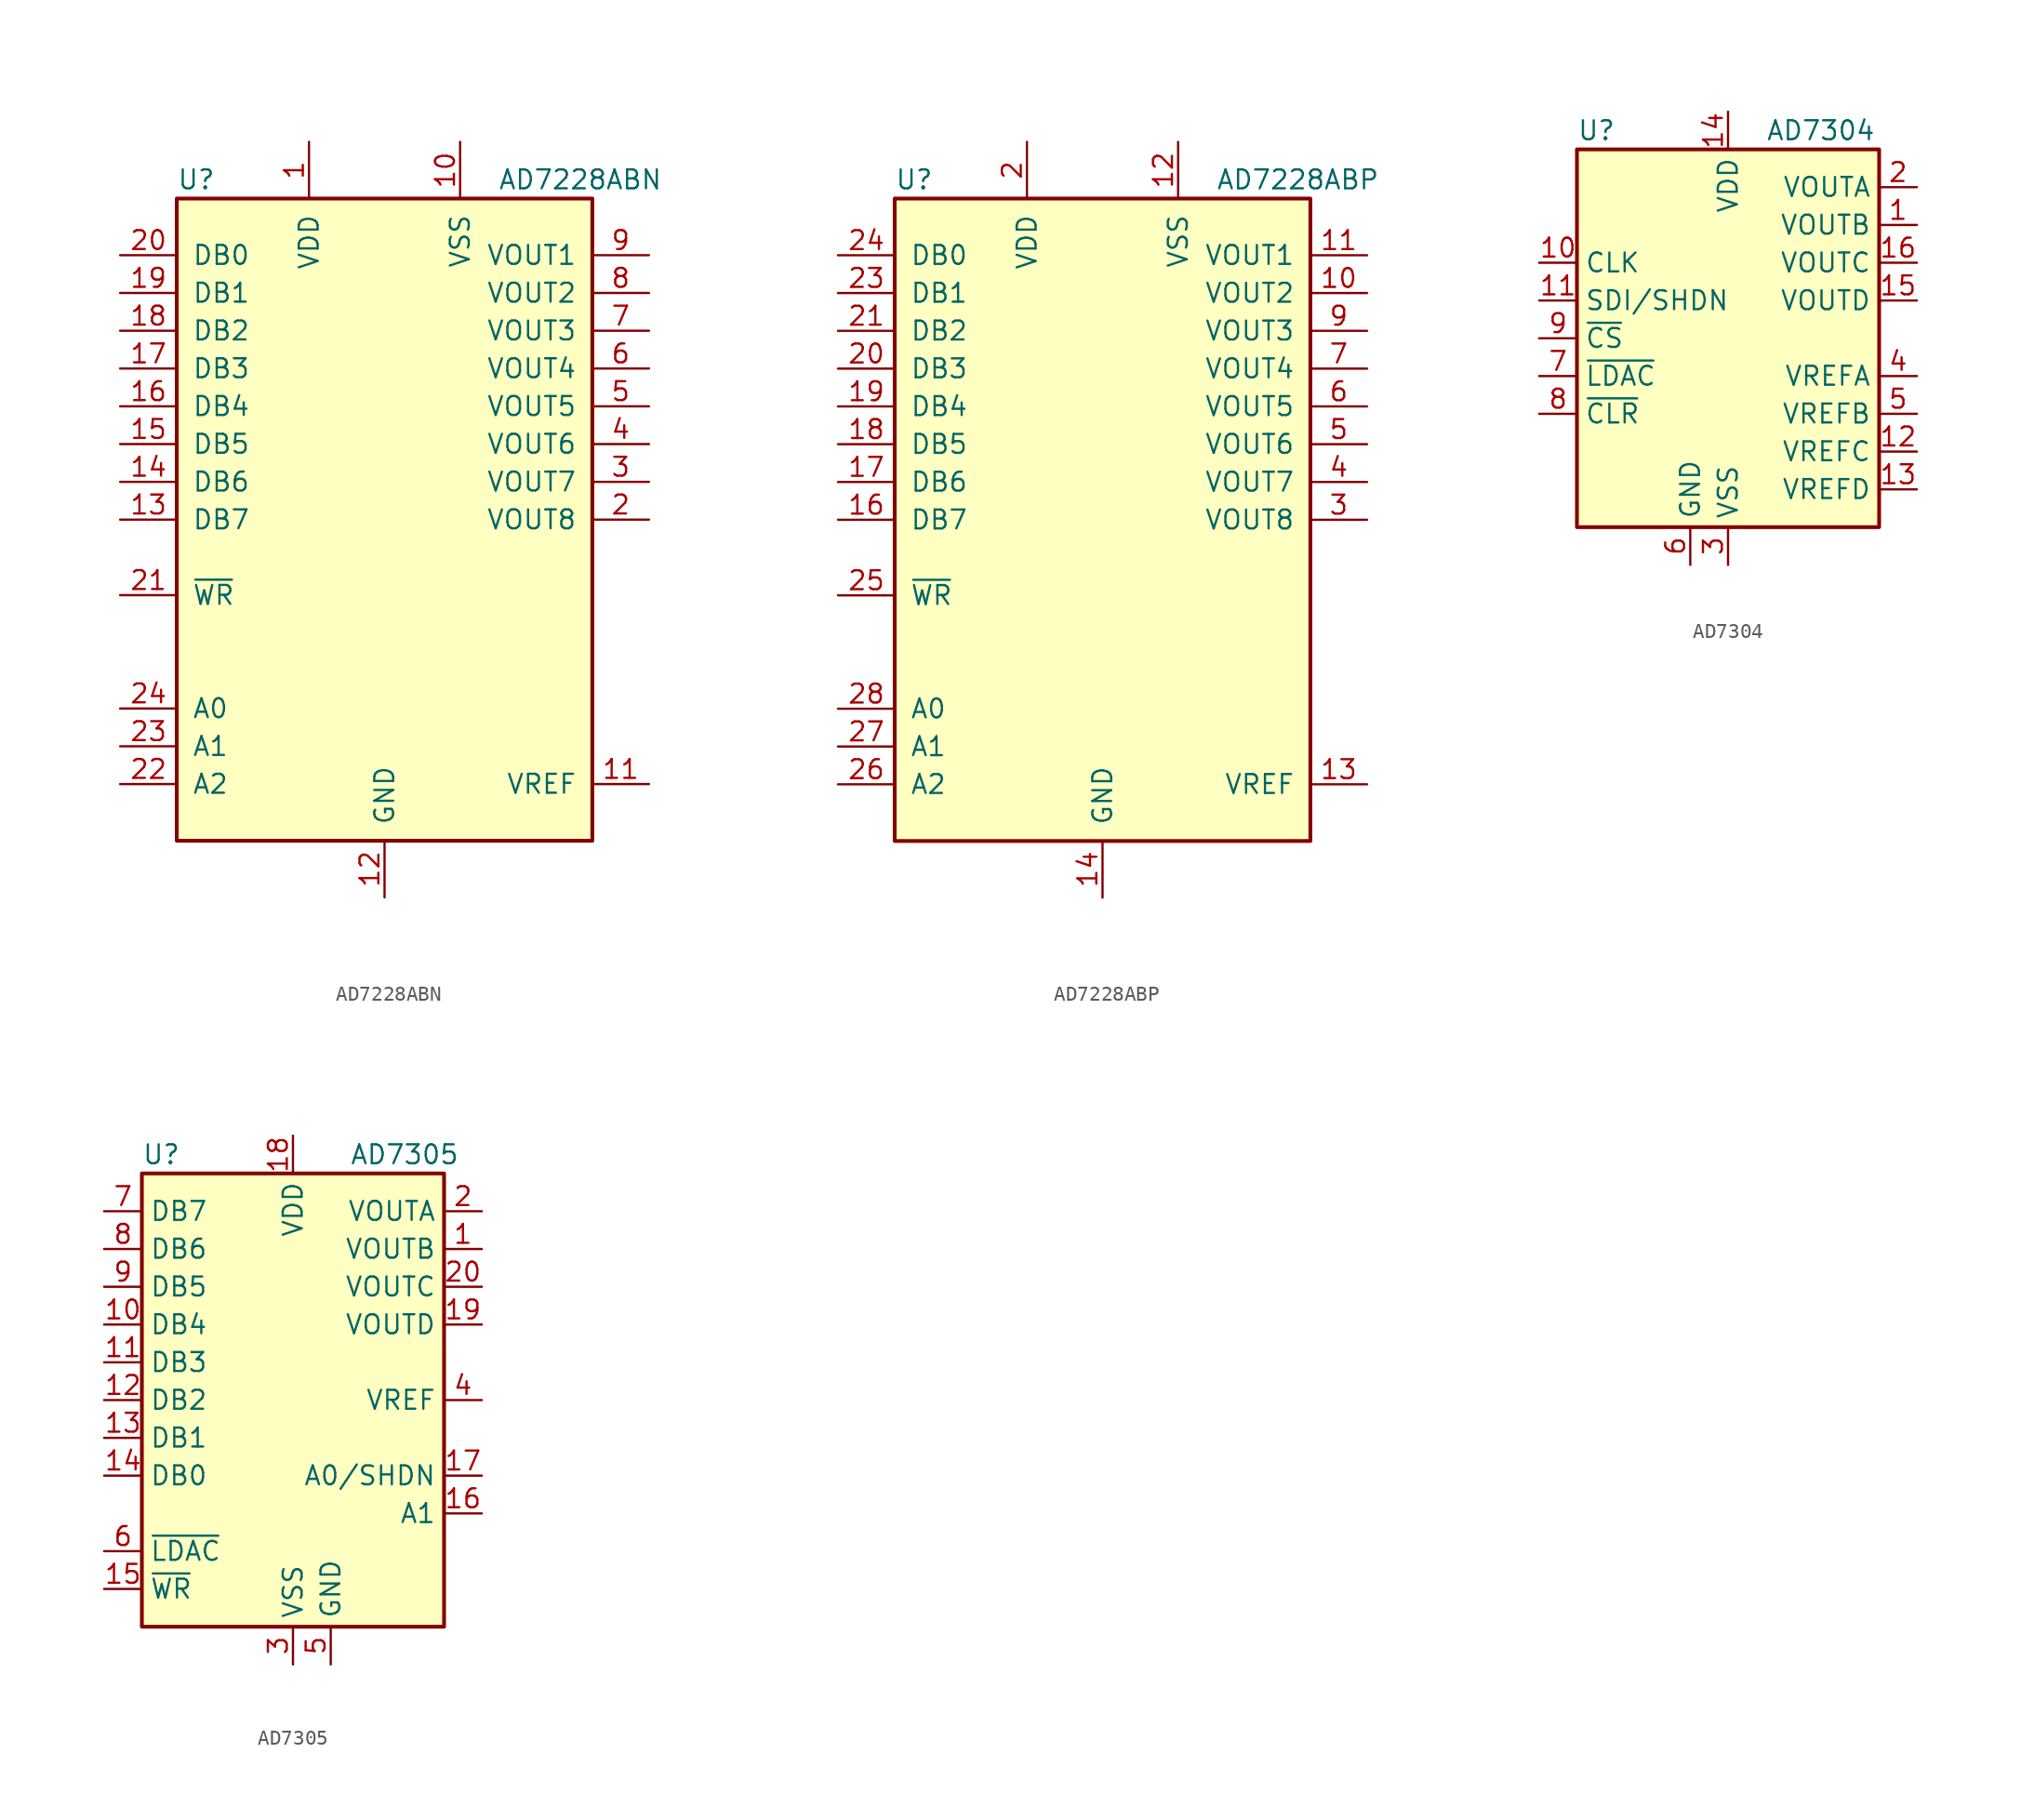
<source format=kicad_sym>
(kicad_symbol_lib
  (version 20201005)
  (generator kicad_symbol_editor)
  (symbol "AD7228ABN"
    (pin_names
      (offset 1.016))
    (property "Reference" "U"
      (at -13.97 22.86 0)
      (effects (font (size 1.27 1.27)) (justify left)))
    (property "Value" "AD7228ABN"
      (at 7.62 22.86 0)
      (effects (font (size 1.27 1.27)) (justify left)))
    (symbol "AD7228ABN_0_1"
      (rectangle (start -13.97 -21.59) (end 13.97 21.59) (stroke (width 0.254)) (fill (type background))))
    (symbol "AD7228ABN_1_1"
      (pin power_in line (at -5.08 25.4 270) (length 3.81) (name "VDD" (effects (font (size 1.27 1.27)))) (number "1" (effects (font (size 1.27 1.27)))))
      (pin power_in line (at 5.08 25.4 270) (length 3.81) (name "VSS" (effects (font (size 1.27 1.27)))) (number "10" (effects (font (size 1.27 1.27)))))
      (pin passive line (at 17.78 -17.78 180) (length 3.81) (name "VREF" (effects (font (size 1.27 1.27)))) (number "11" (effects (font (size 1.27 1.27)))))
      (pin power_in line (at 0 -25.4 90) (length 3.81) (name "GND" (effects (font (size 1.27 1.27)))) (number "12" (effects (font (size 1.27 1.27)))))
      (pin input line (at -17.78 0 0) (length 3.81) (name "DB7" (effects (font (size 1.27 1.27)))) (number "13" (effects (font (size 1.27 1.27)))))
      (pin input line (at -17.78 2.54 0) (length 3.81) (name "DB6" (effects (font (size 1.27 1.27)))) (number "14" (effects (font (size 1.27 1.27)))))
      (pin input line (at -17.78 5.08 0) (length 3.81) (name "DB5" (effects (font (size 1.27 1.27)))) (number "15" (effects (font (size 1.27 1.27)))))
      (pin input line (at -17.78 7.62 0) (length 3.81) (name "DB4" (effects (font (size 1.27 1.27)))) (number "16" (effects (font (size 1.27 1.27)))))
      (pin input line (at -17.78 10.16 0) (length 3.81) (name "DB3" (effects (font (size 1.27 1.27)))) (number "17" (effects (font (size 1.27 1.27)))))
      (pin input line (at -17.78 12.7 0) (length 3.81) (name "DB2" (effects (font (size 1.27 1.27)))) (number "18" (effects (font (size 1.27 1.27)))))
      (pin input line (at -17.78 15.24 0) (length 3.81) (name "DB1" (effects (font (size 1.27 1.27)))) (number "19" (effects (font (size 1.27 1.27)))))
      (pin output line (at 17.78 0 180) (length 3.81) (name "VOUT8" (effects (font (size 1.27 1.27)))) (number "2" (effects (font (size 1.27 1.27)))))
      (pin input line (at -17.78 17.78 0) (length 3.81) (name "DB0" (effects (font (size 1.27 1.27)))) (number "20" (effects (font (size 1.27 1.27)))))
      (pin input line (at -17.78 -5.08 0) (length 3.81) (name "~WR" (effects (font (size 1.27 1.27)))) (number "21" (effects (font (size 1.27 1.27)))))
      (pin input line (at -17.78 -17.78 0) (length 3.81) (name "A2" (effects (font (size 1.27 1.27)))) (number "22" (effects (font (size 1.27 1.27)))))
      (pin input line (at -17.78 -15.24 0) (length 3.81) (name "A1" (effects (font (size 1.27 1.27)))) (number "23" (effects (font (size 1.27 1.27)))))
      (pin input line (at -17.78 -12.7 0) (length 3.81) (name "A0" (effects (font (size 1.27 1.27)))) (number "24" (effects (font (size 1.27 1.27)))))
      (pin output line (at 17.78 2.54 180) (length 3.81) (name "VOUT7" (effects (font (size 1.27 1.27)))) (number "3" (effects (font (size 1.27 1.27)))))
      (pin output line (at 17.78 5.08 180) (length 3.81) (name "VOUT6" (effects (font (size 1.27 1.27)))) (number "4" (effects (font (size 1.27 1.27)))))
      (pin output line (at 17.78 7.62 180) (length 3.81) (name "VOUT5" (effects (font (size 1.27 1.27)))) (number "5" (effects (font (size 1.27 1.27)))))
      (pin output line (at 17.78 10.16 180) (length 3.81) (name "VOUT4" (effects (font (size 1.27 1.27)))) (number "6" (effects (font (size 1.27 1.27)))))
      (pin output line (at 17.78 12.7 180) (length 3.81) (name "VOUT3" (effects (font (size 1.27 1.27)))) (number "7" (effects (font (size 1.27 1.27)))))
      (pin output line (at 17.78 15.24 180) (length 3.81) (name "VOUT2" (effects (font (size 1.27 1.27)))) (number "8" (effects (font (size 1.27 1.27)))))
      (pin output line (at 17.78 17.78 180) (length 3.81) (name "VOUT1" (effects (font (size 1.27 1.27)))) (number "9" (effects (font (size 1.27 1.27)))))))
  (symbol "AD7228ABP"
    (pin_names
      (offset 1.016))
    (property "Reference" "U"
      (at -13.97 22.86 0)
      (effects (font (size 1.27 1.27)) (justify left)))
    (property "Value" "AD7228ABP"
      (at 7.62 22.86 0)
      (effects (font (size 1.27 1.27)) (justify left)))
    (symbol "AD7228ABP_0_1"
      (rectangle (start -13.97 -21.59) (end 13.97 21.59) (stroke (width 0.254)) (fill (type background))))
    (symbol "AD7228ABP_1_1"
      (pin output line (at 17.78 15.24 180) (length 3.81) (name "VOUT2" (effects (font (size 1.27 1.27)))) (number "10" (effects (font (size 1.27 1.27)))))
      (pin output line (at 17.78 17.78 180) (length 3.81) (name "VOUT1" (effects (font (size 1.27 1.27)))) (number "11" (effects (font (size 1.27 1.27)))))
      (pin power_in line (at 5.08 25.4 270) (length 3.81) (name "VSS" (effects (font (size 1.27 1.27)))) (number "12" (effects (font (size 1.27 1.27)))))
      (pin passive line (at 17.78 -17.78 180) (length 3.81) (name "VREF" (effects (font (size 1.27 1.27)))) (number "13" (effects (font (size 1.27 1.27)))))
      (pin power_in line (at 0 -25.4 90) (length 3.81) (name "GND" (effects (font (size 1.27 1.27)))) (number "14" (effects (font (size 1.27 1.27)))))
      (pin input line (at -17.78 0 0) (length 3.81) (name "DB7" (effects (font (size 1.27 1.27)))) (number "16" (effects (font (size 1.27 1.27)))))
      (pin input line (at -17.78 2.54 0) (length 3.81) (name "DB6" (effects (font (size 1.27 1.27)))) (number "17" (effects (font (size 1.27 1.27)))))
      (pin input line (at -17.78 5.08 0) (length 3.81) (name "DB5" (effects (font (size 1.27 1.27)))) (number "18" (effects (font (size 1.27 1.27)))))
      (pin input line (at -17.78 7.62 0) (length 3.81) (name "DB4" (effects (font (size 1.27 1.27)))) (number "19" (effects (font (size 1.27 1.27)))))
      (pin power_in line (at -5.08 25.4 270) (length 3.81) (name "VDD" (effects (font (size 1.27 1.27)))) (number "2" (effects (font (size 1.27 1.27)))))
      (pin input line (at -17.78 10.16 0) (length 3.81) (name "DB3" (effects (font (size 1.27 1.27)))) (number "20" (effects (font (size 1.27 1.27)))))
      (pin input line (at -17.78 12.7 0) (length 3.81) (name "DB2" (effects (font (size 1.27 1.27)))) (number "21" (effects (font (size 1.27 1.27)))))
      (pin input line (at -17.78 15.24 0) (length 3.81) (name "DB1" (effects (font (size 1.27 1.27)))) (number "23" (effects (font (size 1.27 1.27)))))
      (pin input line (at -17.78 17.78 0) (length 3.81) (name "DB0" (effects (font (size 1.27 1.27)))) (number "24" (effects (font (size 1.27 1.27)))))
      (pin input line (at -17.78 -5.08 0) (length 3.81) (name "~WR" (effects (font (size 1.27 1.27)))) (number "25" (effects (font (size 1.27 1.27)))))
      (pin input line (at -17.78 -17.78 0) (length 3.81) (name "A2" (effects (font (size 1.27 1.27)))) (number "26" (effects (font (size 1.27 1.27)))))
      (pin input line (at -17.78 -15.24 0) (length 3.81) (name "A1" (effects (font (size 1.27 1.27)))) (number "27" (effects (font (size 1.27 1.27)))))
      (pin input line (at -17.78 -12.7 0) (length 3.81) (name "A0" (effects (font (size 1.27 1.27)))) (number "28" (effects (font (size 1.27 1.27)))))
      (pin output line (at 17.78 0 180) (length 3.81) (name "VOUT8" (effects (font (size 1.27 1.27)))) (number "3" (effects (font (size 1.27 1.27)))))
      (pin output line (at 17.78 2.54 180) (length 3.81) (name "VOUT7" (effects (font (size 1.27 1.27)))) (number "4" (effects (font (size 1.27 1.27)))))
      (pin output line (at 17.78 5.08 180) (length 3.81) (name "VOUT6" (effects (font (size 1.27 1.27)))) (number "5" (effects (font (size 1.27 1.27)))))
      (pin output line (at 17.78 7.62 180) (length 3.81) (name "VOUT5" (effects (font (size 1.27 1.27)))) (number "6" (effects (font (size 1.27 1.27)))))
      (pin output line (at 17.78 10.16 180) (length 3.81) (name "VOUT4" (effects (font (size 1.27 1.27)))) (number "7" (effects (font (size 1.27 1.27)))))
      (pin output line (at 17.78 12.7 180) (length 3.81) (name "VOUT3" (effects (font (size 1.27 1.27)))) (number "9" (effects (font (size 1.27 1.27)))))))
  (symbol "AD7304"
    (property "Reference" "U"
      (at -10.16 13.97 0)
      (effects (font (size 1.27 1.27)) (justify left)))
    (property "Value" "AD7304"
      (at 2.54 13.97 0)
      (effects (font (size 1.27 1.27)) (justify left)))
    (symbol "AD7304_0_1"
      (rectangle (start -10.16 12.7) (end 10.16 -12.7) (stroke (width 0.254)) (fill (type background))))
    (symbol "AD7304_1_1"
      (pin output line (at 12.7 7.62 180) (length 2.54) (name "VOUTB" (effects (font (size 1.27 1.27)))) (number "1" (effects (font (size 1.27 1.27)))))
      (pin input line (at -12.7 5.08 0) (length 2.54) (name "CLK" (effects (font (size 1.27 1.27)))) (number "10" (effects (font (size 1.27 1.27)))))
      (pin input line (at -12.7 2.54 0) (length 2.54) (name "SDI/SHDN" (effects (font (size 1.27 1.27)))) (number "11" (effects (font (size 1.27 1.27)))))
      (pin input line (at 12.7 -7.62 180) (length 2.54) (name "VREFC" (effects (font (size 1.27 1.27)))) (number "12" (effects (font (size 1.27 1.27)))))
      (pin input line (at 12.7 -10.16 180) (length 2.54) (name "VREFD" (effects (font (size 1.27 1.27)))) (number "13" (effects (font (size 1.27 1.27)))))
      (pin power_in line (at 0 15.24 270) (length 2.54) (name "VDD" (effects (font (size 1.27 1.27)))) (number "14" (effects (font (size 1.27 1.27)))))
      (pin output line (at 12.7 2.54 180) (length 2.54) (name "VOUTD" (effects (font (size 1.27 1.27)))) (number "15" (effects (font (size 1.27 1.27)))))
      (pin output line (at 12.7 5.08 180) (length 2.54) (name "VOUTC" (effects (font (size 1.27 1.27)))) (number "16" (effects (font (size 1.27 1.27)))))
      (pin output line (at 12.7 10.16 180) (length 2.54) (name "VOUTA" (effects (font (size 1.27 1.27)))) (number "2" (effects (font (size 1.27 1.27)))))
      (pin power_in line (at 0 -15.24 90) (length 2.54) (name "VSS" (effects (font (size 1.27 1.27)))) (number "3" (effects (font (size 1.27 1.27)))))
      (pin input line (at 12.7 -2.54 180) (length 2.54) (name "VREFA" (effects (font (size 1.27 1.27)))) (number "4" (effects (font (size 1.27 1.27)))))
      (pin input line (at 12.7 -5.08 180) (length 2.54) (name "VREFB" (effects (font (size 1.27 1.27)))) (number "5" (effects (font (size 1.27 1.27)))))
      (pin power_in line (at -2.54 -15.24 90) (length 2.54) (name "GND" (effects (font (size 1.27 1.27)))) (number "6" (effects (font (size 1.27 1.27)))))
      (pin output line (at -12.7 -2.54 0) (length 2.54) (name "~LDAC" (effects (font (size 1.27 1.27)))) (number "7" (effects (font (size 1.27 1.27)))))
      (pin output line (at -12.7 -5.08 0) (length 2.54) (name "~CLR" (effects (font (size 1.27 1.27)))) (number "8" (effects (font (size 1.27 1.27)))))
      (pin input line (at -12.7 0 0) (length 2.54) (name "~CS" (effects (font (size 1.27 1.27)))) (number "9" (effects (font (size 1.27 1.27)))))))
  (symbol "AD7305"
    (property "Reference" "U"
      (at -10.16 16.51 0)
      (effects (font (size 1.27 1.27)) (justify left)))
    (property "Value" "AD7305"
      (at 3.81 16.51 0)
      (effects (font (size 1.27 1.27)) (justify left)))
    (symbol "AD7305_0_1"
      (rectangle (start -10.16 15.24) (end 10.16 -15.24) (stroke (width 0.254)) (fill (type background))))
    (symbol "AD7305_1_1"
      (pin output line (at 12.7 10.16 180) (length 2.54) (name "VOUTB" (effects (font (size 1.27 1.27)))) (number "1" (effects (font (size 1.27 1.27)))))
      (pin input line (at -12.7 5.08 0) (length 2.54) (name "DB4" (effects (font (size 1.27 1.27)))) (number "10" (effects (font (size 1.27 1.27)))))
      (pin input line (at -12.7 2.54 0) (length 2.54) (name "DB3" (effects (font (size 1.27 1.27)))) (number "11" (effects (font (size 1.27 1.27)))))
      (pin input line (at -12.7 0 0) (length 2.54) (name "DB2" (effects (font (size 1.27 1.27)))) (number "12" (effects (font (size 1.27 1.27)))))
      (pin input line (at -12.7 -2.54 0) (length 2.54) (name "DB1" (effects (font (size 1.27 1.27)))) (number "13" (effects (font (size 1.27 1.27)))))
      (pin input line (at -12.7 -5.08 0) (length 2.54) (name "DB0" (effects (font (size 1.27 1.27)))) (number "14" (effects (font (size 1.27 1.27)))))
      (pin output line (at -12.7 -12.7 0) (length 2.54) (name "~WR" (effects (font (size 1.27 1.27)))) (number "15" (effects (font (size 1.27 1.27)))))
      (pin input line (at 12.7 -7.62 180) (length 2.54) (name "A1" (effects (font (size 1.27 1.27)))) (number "16" (effects (font (size 1.27 1.27)))))
      (pin input line (at 12.7 -5.08 180) (length 2.54) (name "A0/SHDN" (effects (font (size 1.27 1.27)))) (number "17" (effects (font (size 1.27 1.27)))))
      (pin power_in line (at 0 17.78 270) (length 2.54) (name "VDD" (effects (font (size 1.27 1.27)))) (number "18" (effects (font (size 1.27 1.27)))))
      (pin output line (at 12.7 5.08 180) (length 2.54) (name "VOUTD" (effects (font (size 1.27 1.27)))) (number "19" (effects (font (size 1.27 1.27)))))
      (pin output line (at 12.7 12.7 180) (length 2.54) (name "VOUTA" (effects (font (size 1.27 1.27)))) (number "2" (effects (font (size 1.27 1.27)))))
      (pin output line (at 12.7 7.62 180) (length 2.54) (name "VOUTC" (effects (font (size 1.27 1.27)))) (number "20" (effects (font (size 1.27 1.27)))))
      (pin power_in line (at 0 -17.78 90) (length 2.54) (name "VSS" (effects (font (size 1.27 1.27)))) (number "3" (effects (font (size 1.27 1.27)))))
      (pin input line (at 12.7 0 180) (length 2.54) (name "VREF" (effects (font (size 1.27 1.27)))) (number "4" (effects (font (size 1.27 1.27)))))
      (pin power_in line (at 2.54 -17.78 90) (length 2.54) (name "GND" (effects (font (size 1.27 1.27)))) (number "5" (effects (font (size 1.27 1.27)))))
      (pin input line (at -12.7 -10.16 0) (length 2.54) (name "~LDAC" (effects (font (size 1.27 1.27)))) (number "6" (effects (font (size 1.27 1.27)))))
      (pin input line (at -12.7 12.7 0) (length 2.54) (name "DB7" (effects (font (size 1.27 1.27)))) (number "7" (effects (font (size 1.27 1.27)))))
      (pin input line (at -12.7 10.16 0) (length 2.54) (name "DB6" (effects (font (size 1.27 1.27)))) (number "8" (effects (font (size 1.27 1.27)))))
      (pin input line (at -12.7 7.62 0) (length 2.54) (name "DB5" (effects (font (size 1.27 1.27)))) (number "9" (effects (font (size 1.27 1.27))))))))
</source>
